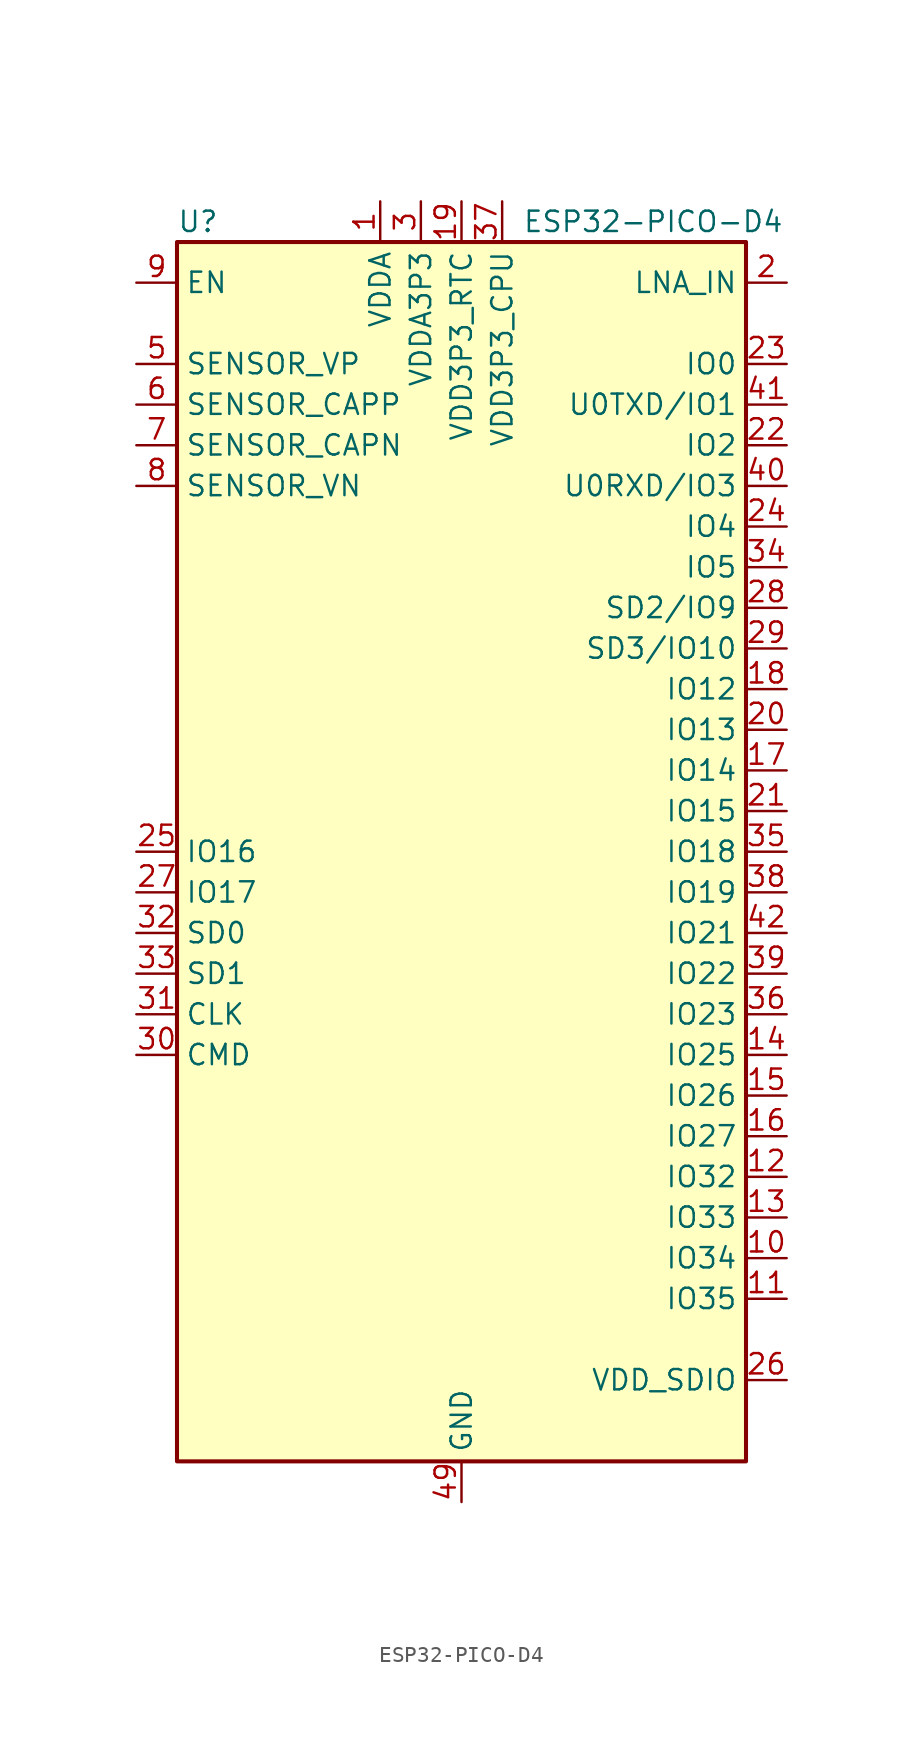
<source format=kicad_sym>
(kicad_symbol_lib
  (version 20200908)
  (generator kicad_symbol_editor)
  (symbol "RF_Module:ESP32-PICO-D4"
    (property "Reference" "U"
      (at -17.78 39.37 0)
      (effects (font (size 1.27 1.27)) (justify left)))
    (property "Value" "ESP32-PICO-D4"
      (at 3.81 39.37 0)
      (effects (font (size 1.27 1.27)) (justify left)))
    (symbol "ESP32-PICO-D4_0_1"
      (rectangle (start -17.78 38.1) (end 17.78 -38.1) (stroke (width 0.254)) (fill (type background))))
    (symbol "ESP32-PICO-D4_0_0"
      (pin power_in line (at -5.08 40.64 270) (length 2.54) (name "VDDA" (effects (font (size 1.27 1.27)))) (number "1" (effects (font (size 1.27 1.27)))))
      (pin input line (at 20.32 -25.4 180) (length 2.54) (name "IO34" (effects (font (size 1.27 1.27)))) (number "10" (effects (font (size 1.27 1.27)))))
      (pin input line (at 20.32 -27.94 180) (length 2.54) (name "IO35" (effects (font (size 1.27 1.27)))) (number "11" (effects (font (size 1.27 1.27)))))
      (pin bidirectional line (at 20.32 -20.32 180) (length 2.54) (name "IO32" (effects (font (size 1.27 1.27)))) (number "12" (effects (font (size 1.27 1.27)))))
      (pin bidirectional line (at 20.32 -22.86 180) (length 2.54) (name "IO33" (effects (font (size 1.27 1.27)))) (number "13" (effects (font (size 1.27 1.27)))))
      (pin bidirectional line (at 20.32 -12.7 180) (length 2.54) (name "IO25" (effects (font (size 1.27 1.27)))) (number "14" (effects (font (size 1.27 1.27)))))
      (pin bidirectional line (at 20.32 -15.24 180) (length 2.54) (name "IO26" (effects (font (size 1.27 1.27)))) (number "15" (effects (font (size 1.27 1.27)))))
      (pin bidirectional line (at 20.32 -17.78 180) (length 2.54) (name "IO27" (effects (font (size 1.27 1.27)))) (number "16" (effects (font (size 1.27 1.27)))))
      (pin bidirectional line (at 20.32 5.08 180) (length 2.54) (name "IO14" (effects (font (size 1.27 1.27)))) (number "17" (effects (font (size 1.27 1.27)))))
      (pin bidirectional line (at 20.32 10.16 180) (length 2.54) (name "IO12" (effects (font (size 1.27 1.27)))) (number "18" (effects (font (size 1.27 1.27)))))
      (pin power_in line (at 0 40.64 270) (length 2.54) (name "VDD3P3_RTC" (effects (font (size 1.27 1.27)))) (number "19" (effects (font (size 1.27 1.27)))))
      (pin bidirectional line (at 20.32 35.56 180) (length 2.54) (name "LNA_IN" (effects (font (size 1.27 1.27)))) (number "2" (effects (font (size 1.27 1.27)))))
      (pin bidirectional line (at 20.32 7.62 180) (length 2.54) (name "IO13" (effects (font (size 1.27 1.27)))) (number "20" (effects (font (size 1.27 1.27)))))
      (pin bidirectional line (at 20.32 2.54 180) (length 2.54) (name "IO15" (effects (font (size 1.27 1.27)))) (number "21" (effects (font (size 1.27 1.27)))))
      (pin bidirectional line (at 20.32 25.4 180) (length 2.54) (name "IO2" (effects (font (size 1.27 1.27)))) (number "22" (effects (font (size 1.27 1.27)))))
      (pin bidirectional line (at 20.32 30.48 180) (length 2.54) (name "IO0" (effects (font (size 1.27 1.27)))) (number "23" (effects (font (size 1.27 1.27)))))
      (pin bidirectional line (at 20.32 20.32 180) (length 2.54) (name "IO4" (effects (font (size 1.27 1.27)))) (number "24" (effects (font (size 1.27 1.27)))))
      (pin bidirectional line (at -20.32 0 0) (length 2.54) (name "IO16" (effects (font (size 1.27 1.27)))) (number "25" (effects (font (size 1.27 1.27)))))
      (pin power_out line (at 20.32 -33.02 180) (length 2.54) (name "VDD_SDIO" (effects (font (size 1.27 1.27)))) (number "26" (effects (font (size 1.27 1.27)))))
      (pin bidirectional line (at -20.32 -2.54 0) (length 2.54) (name "IO17" (effects (font (size 1.27 1.27)))) (number "27" (effects (font (size 1.27 1.27)))))
      (pin bidirectional line (at 20.32 15.24 180) (length 2.54) (name "SD2/IO9" (effects (font (size 1.27 1.27)))) (number "28" (effects (font (size 1.27 1.27)))))
      (pin bidirectional line (at 20.32 12.7 180) (length 2.54) (name "SD3/IO10" (effects (font (size 1.27 1.27)))) (number "29" (effects (font (size 1.27 1.27)))))
      (pin power_in line (at -2.54 40.64 270) (length 2.54) (name "VDDA3P3" (effects (font (size 1.27 1.27)))) (number "3" (effects (font (size 1.27 1.27)))))
      (pin bidirectional line (at -20.32 -12.7 0) (length 2.54) (name "CMD" (effects (font (size 1.27 1.27)))) (number "30" (effects (font (size 1.27 1.27)))))
      (pin bidirectional line (at -20.32 -10.16 0) (length 2.54) (name "CLK" (effects (font (size 1.27 1.27)))) (number "31" (effects (font (size 1.27 1.27)))))
      (pin bidirectional line (at -20.32 -5.08 0) (length 2.54) (name "SD0" (effects (font (size 1.27 1.27)))) (number "32" (effects (font (size 1.27 1.27)))))
      (pin bidirectional line (at -20.32 -7.62 0) (length 2.54) (name "SD1" (effects (font (size 1.27 1.27)))) (number "33" (effects (font (size 1.27 1.27)))))
      (pin bidirectional line (at 20.32 17.78 180) (length 2.54) (name "IO5" (effects (font (size 1.27 1.27)))) (number "34" (effects (font (size 1.27 1.27)))))
      (pin bidirectional line (at 20.32 0 180) (length 2.54) (name "IO18" (effects (font (size 1.27 1.27)))) (number "35" (effects (font (size 1.27 1.27)))))
      (pin bidirectional line (at 20.32 -10.16 180) (length 2.54) (name "IO23" (effects (font (size 1.27 1.27)))) (number "36" (effects (font (size 1.27 1.27)))))
      (pin power_in line (at 2.54 40.64 270) (length 2.54) (name "VDD3P3_CPU" (effects (font (size 1.27 1.27)))) (number "37" (effects (font (size 1.27 1.27)))))
      (pin bidirectional line (at 20.32 -2.54 180) (length 2.54) (name "IO19" (effects (font (size 1.27 1.27)))) (number "38" (effects (font (size 1.27 1.27)))))
      (pin bidirectional line (at 20.32 -7.62 180) (length 2.54) (name "IO22" (effects (font (size 1.27 1.27)))) (number "39" (effects (font (size 1.27 1.27)))))
      (pin passive line (at -2.54 40.64 270) (length 2.54) hide (name "VDDA3P3" (effects (font (size 1.27 1.27)))) (number "4" (effects (font (size 1.27 1.27)))))
      (pin bidirectional line (at 20.32 22.86 180) (length 2.54) (name "U0RXD/IO3" (effects (font (size 1.27 1.27)))) (number "40" (effects (font (size 1.27 1.27)))))
      (pin bidirectional line (at 20.32 27.94 180) (length 2.54) (name "U0TXD/IO1" (effects (font (size 1.27 1.27)))) (number "41" (effects (font (size 1.27 1.27)))))
      (pin bidirectional line (at 20.32 -5.08 180) (length 2.54) (name "IO21" (effects (font (size 1.27 1.27)))) (number "42" (effects (font (size 1.27 1.27)))))
      (pin passive line (at -5.08 40.64 270) (length 2.54) hide (name "VDDA" (effects (font (size 1.27 1.27)))) (number "43" (effects (font (size 1.27 1.27)))))
      (pin unconnected line (at -17.78 -25.4 0) (length 2.54) hide (name "XTAL_N_NC" (effects (font (size 1.27 1.27)))) (number "44" (effects (font (size 1.27 1.27)))))
      (pin unconnected line (at -17.78 -27.94 0) (length 2.54) hide (name "XTAL_P_NC" (effects (font (size 1.27 1.27)))) (number "45" (effects (font (size 1.27 1.27)))))
      (pin passive line (at -5.08 40.64 270) (length 2.54) hide (name "VDDA" (effects (font (size 1.27 1.27)))) (number "46" (effects (font (size 1.27 1.27)))))
      (pin unconnected line (at -17.78 -30.48 0) (length 2.54) hide (name "CAP2_NC" (effects (font (size 1.27 1.27)))) (number "47" (effects (font (size 1.27 1.27)))))
      (pin unconnected line (at -17.78 -33.02 0) (length 2.54) hide (name "CAP1_NC" (effects (font (size 1.27 1.27)))) (number "48" (effects (font (size 1.27 1.27)))))
      (pin power_in line (at 0 -40.64 90) (length 2.54) (name "GND" (effects (font (size 1.27 1.27)))) (number "49" (effects (font (size 1.27 1.27)))))
      (pin input line (at -20.32 30.48 0) (length 2.54) (name "SENSOR_VP" (effects (font (size 1.27 1.27)))) (number "5" (effects (font (size 1.27 1.27)))))
      (pin input line (at -20.32 27.94 0) (length 2.54) (name "SENSOR_CAPP" (effects (font (size 1.27 1.27)))) (number "6" (effects (font (size 1.27 1.27)))))
      (pin input line (at -20.32 25.4 0) (length 2.54) (name "SENSOR_CAPN" (effects (font (size 1.27 1.27)))) (number "7" (effects (font (size 1.27 1.27)))))
      (pin input line (at -20.32 22.86 0) (length 2.54) (name "SENSOR_VN" (effects (font (size 1.27 1.27)))) (number "8" (effects (font (size 1.27 1.27)))))
      (pin input line (at -20.32 35.56 0) (length 2.54) (name "EN" (effects (font (size 1.27 1.27)))) (number "9" (effects (font (size 1.27 1.27))))))))
</source>
